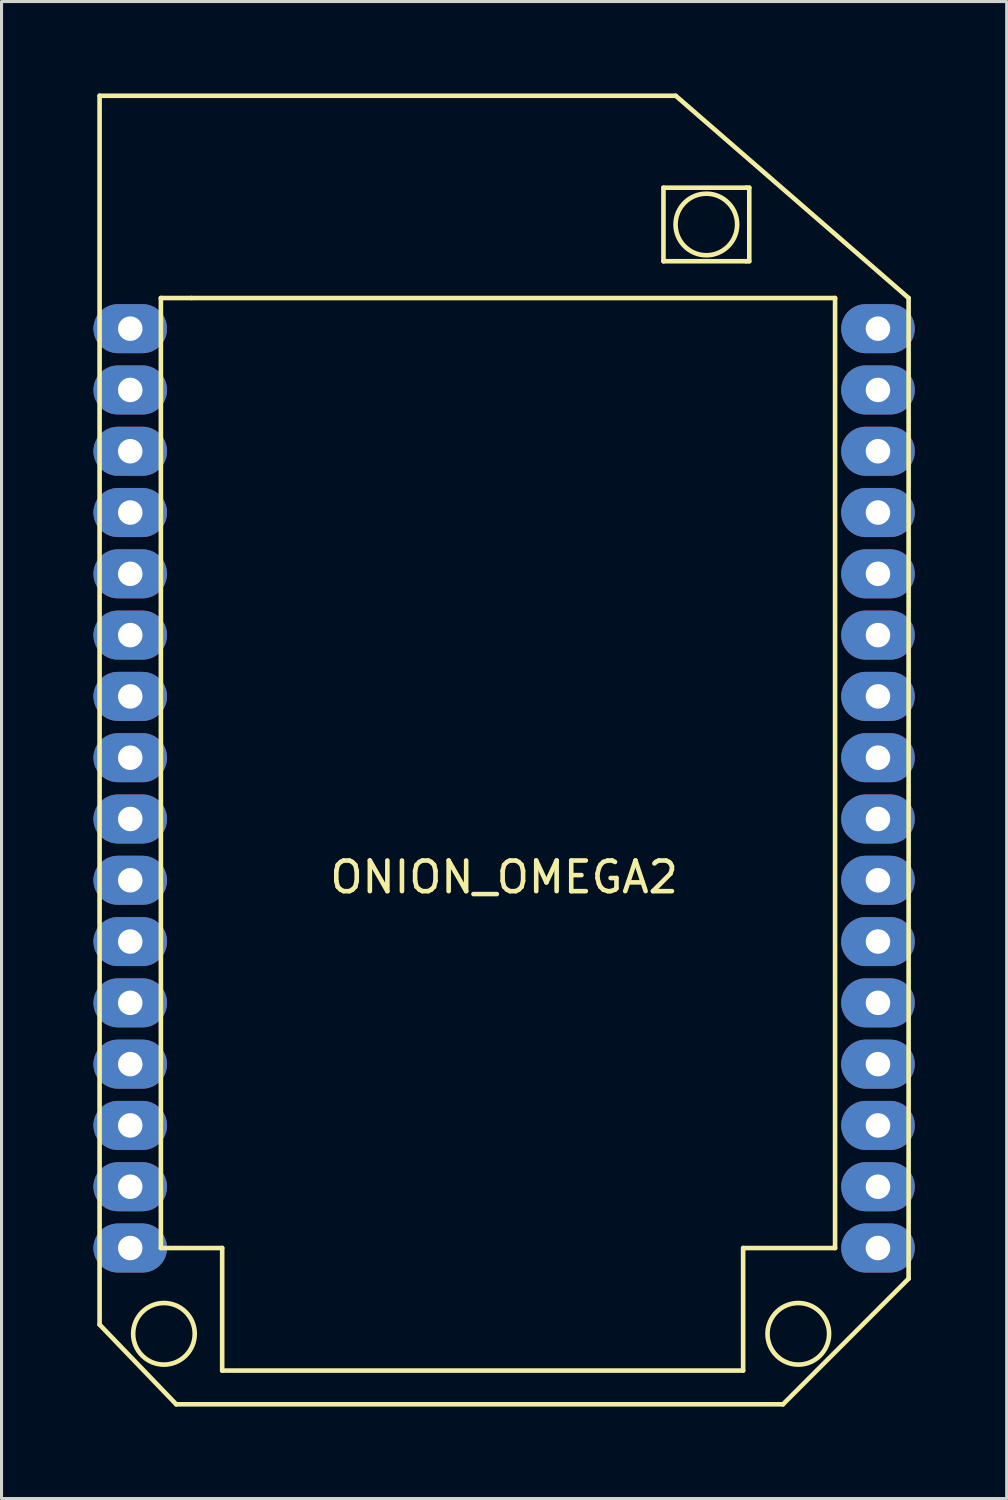
<source format=kicad_pcb>
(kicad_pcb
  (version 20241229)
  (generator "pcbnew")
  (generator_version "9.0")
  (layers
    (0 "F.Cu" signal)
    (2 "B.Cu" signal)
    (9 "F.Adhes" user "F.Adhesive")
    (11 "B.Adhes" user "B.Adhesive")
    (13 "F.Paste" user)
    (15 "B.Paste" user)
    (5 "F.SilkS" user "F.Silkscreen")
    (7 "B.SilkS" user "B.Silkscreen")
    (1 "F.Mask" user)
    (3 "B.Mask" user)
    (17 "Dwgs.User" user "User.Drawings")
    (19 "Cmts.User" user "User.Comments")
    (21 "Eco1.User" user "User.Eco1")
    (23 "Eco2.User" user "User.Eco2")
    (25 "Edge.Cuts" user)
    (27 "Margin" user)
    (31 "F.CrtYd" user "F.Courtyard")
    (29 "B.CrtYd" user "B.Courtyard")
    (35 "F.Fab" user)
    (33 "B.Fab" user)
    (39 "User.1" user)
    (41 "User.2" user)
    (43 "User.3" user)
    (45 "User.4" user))
  (footprint "ONION_OMEGA2"
    (layer "F.Cu")
    (at 1.2 7.675)
    (property "Reference" "ONION_OMEGA2" (at 12.2 17.9 0) (layer "F.SilkS") (effects (font (size 1 1) (thickness 0.15))))
    (attr through_hole)
    (fp_line (start -1 -7.6) (end -1 32.5) (stroke (width 0.15) (type solid)) (layer "F.SilkS"))
    (fp_line (start -1 -7.6) (end 17.8 -7.6) (stroke (width 0.15) (type solid)) (layer "F.SilkS"))
    (fp_line (start -1 32.5) (end 1.5 35.1) (stroke (width 0.15) (type solid)) (layer "F.SilkS"))
    (fp_line (start 1 -1) (end 2 -1) (stroke (width 0.15) (type solid)) (layer "F.SilkS"))
    (fp_line (start 1 30) (end 1 -1) (stroke (width 0.15) (type solid)) (layer "F.SilkS"))
    (fp_line (start 1.5 35.1) (end 21.3 35.1) (stroke (width 0.15) (type solid)) (layer "F.SilkS"))
    (fp_line (start 2 -1) (end 23 -1) (stroke (width 0.15) (type solid)) (layer "F.SilkS"))
    (fp_line (start 3 30) (end 1 30) (stroke (width 0.15) (type solid)) (layer "F.SilkS"))
    (fp_line (start 3 34) (end 3 30) (stroke (width 0.15) (type solid)) (layer "F.SilkS"))
    (fp_line (start 17.4 -4.6) (end 20.1 -4.6) (stroke (width 0.15) (type solid)) (layer "F.SilkS"))
    (fp_line (start 17.4 -2.2) (end 17.4 -4.6) (stroke (width 0.15) (type solid)) (layer "F.SilkS"))
    (fp_line (start 17.8 -7.6) (end 25.4 -1) (stroke (width 0.15) (type solid)) (layer "F.SilkS"))
    (fp_line (start 20 30) (end 20 34) (stroke (width 0.15) (type solid)) (layer "F.SilkS"))
    (fp_line (start 20 34) (end 3 34) (stroke (width 0.15) (type solid)) (layer "F.SilkS"))
    (fp_line (start 20.1 -2.2) (end 17.4 -2.2) (stroke (width 0.15) (type solid)) (layer "F.SilkS"))
    (fp_line (start 20.2 -4.6) (end 20.1 -4.6) (stroke (width 0.15) (type solid)) (layer "F.SilkS"))
    (fp_line (start 20.2 -4.6) (end 20.2 -2.2) (stroke (width 0.15) (type solid)) (layer "F.SilkS"))
    (fp_line (start 20.2 -2.2) (end 20.1 -2.2) (stroke (width 0.15) (type solid)) (layer "F.SilkS"))
    (fp_line (start 23 -1) (end 23 30) (stroke (width 0.15) (type solid)) (layer "F.SilkS"))
    (fp_line (start 23 30) (end 20 30) (stroke (width 0.15) (type solid)) (layer "F.SilkS"))
    (fp_line (start 25.4 -1) (end 25.4 31) (stroke (width 0.15) (type solid)) (layer "F.SilkS"))
    (fp_line (start 25.4 31) (end 21.3 35.1) (stroke (width 0.15) (type solid)) (layer "F.SilkS"))
    (fp_circle (center 1.1 32.8) (end 2.1 32.9) (stroke (width 0.15) (type solid)) (fill no) (layer "F.SilkS"))
    (fp_circle (center 18.8 -3.4) (end 19.8 -3.5) (stroke (width 0.15) (type solid)) (fill no) (layer "F.SilkS"))
    (fp_circle (center 21.8 32.8) (end 22.8 32.7) (stroke (width 0.15) (type solid)) (fill no) (layer "F.SilkS"))
    (pad "1" thru_hole oval (at 0 0) (size 2.4 1.6) (drill 0.8) (layers "*.Cu" "*.Mask"))
    (pad "2" thru_hole oval (at 0 2) (size 2.4 1.6) (drill 0.8) (layers "*.Cu" "*.Mask"))
    (pad "3" thru_hole oval (at 0 4) (size 2.4 1.6) (drill 0.8) (layers "*.Cu" "*.Mask"))
    (pad "4" thru_hole oval (at 0 6) (size 2.4 1.6) (drill 0.8) (layers "*.Cu" "*.Mask"))
    (pad "5" thru_hole oval (at 0 8) (size 2.4 1.6) (drill 0.8) (layers "*.Cu" "*.Mask"))
    (pad "6" thru_hole oval (at 0 10) (size 2.4 1.6) (drill 0.8) (layers "*.Cu" "*.Mask"))
    (pad "7" thru_hole oval (at 0 12) (size 2.4 1.6) (drill 0.8) (layers "*.Cu" "*.Mask"))
    (pad "8" thru_hole oval (at 0 14) (size 2.4 1.6) (drill 0.8) (layers "*.Cu" "*.Mask"))
    (pad "9" thru_hole oval (at 0 16) (size 2.4 1.6) (drill 0.8) (layers "*.Cu" "*.Mask"))
    (pad "10" thru_hole oval (at 0 18) (size 2.4 1.6) (drill 0.8) (layers "*.Cu" "*.Mask"))
    (pad "11" thru_hole oval (at 0 20) (size 2.4 1.6) (drill 0.8) (layers "*.Cu" "*.Mask"))
    (pad "12" thru_hole oval (at 0 22) (size 2.4 1.6) (drill 0.8) (layers "*.Cu" "*.Mask"))
    (pad "13" thru_hole oval (at 0 24) (size 2.4 1.6) (drill 0.8) (layers "*.Cu" "*.Mask"))
    (pad "14" thru_hole oval (at 0 26) (size 2.4 1.6) (drill 0.8) (layers "*.Cu" "*.Mask"))
    (pad "15" thru_hole oval (at 0 28) (size 2.4 1.6) (drill 0.8) (layers "*.Cu" "*.Mask"))
    (pad "16" thru_hole oval (at 0 30) (size 2.4 1.6) (drill 0.8) (layers "*.Cu" "*.Mask"))
    (pad "17" thru_hole oval (at 24.4 30) (size 2.4 1.6) (drill 0.8) (layers "*.Cu" "*.Mask"))
    (pad "18" thru_hole oval (at 24.4 28) (size 2.4 1.6) (drill 0.8) (layers "*.Cu" "*.Mask"))
    (pad "19" thru_hole oval (at 24.4 26) (size 2.4 1.6) (drill 0.8) (layers "*.Cu" "*.Mask"))
    (pad "20" thru_hole oval (at 24.4 24) (size 2.4 1.6) (drill 0.8) (layers "*.Cu" "*.Mask"))
    (pad "21" thru_hole oval (at 24.4 22) (size 2.4 1.6) (drill 0.8) (layers "*.Cu" "*.Mask"))
    (pad "22" thru_hole oval (at 24.4 20) (size 2.4 1.6) (drill 0.8) (layers "*.Cu" "*.Mask"))
    (pad "23" thru_hole oval (at 24.4 18) (size 2.4 1.6) (drill 0.8) (layers "*.Cu" "*.Mask"))
    (pad "24" thru_hole oval (at 24.4 16) (size 2.4 1.6) (drill 0.8) (layers "*.Cu" "*.Mask"))
    (pad "25" thru_hole oval (at 24.4 14) (size 2.4 1.6) (drill 0.8) (layers "*.Cu" "*.Mask"))
    (pad "26" thru_hole oval (at 24.4 12) (size 2.4 1.6) (drill 0.8) (layers "*.Cu" "*.Mask"))
    (pad "27" thru_hole oval (at 24.4 10) (size 2.4 1.6) (drill 0.8) (layers "*.Cu" "*.Mask"))
    (pad "28" thru_hole oval (at 24.4 8) (size 2.4 1.6) (drill 0.8) (layers "*.Cu" "*.Mask"))
    (pad "29" thru_hole oval (at 24.4 6) (size 2.4 1.6) (drill 0.8) (layers "*.Cu" "*.Mask"))
    (pad "30" thru_hole oval (at 24.4 4) (size 2.4 1.6) (drill 0.8) (layers "*.Cu" "*.Mask"))
    (pad "31" thru_hole oval (at 24.4 2) (size 2.4 1.6) (drill 0.8) (layers "*.Cu" "*.Mask"))
    (pad "32" thru_hole oval (at 24.4 0) (size 2.4 1.6) (drill 0.8) (layers "*.Cu" "*.Mask")))
  (gr_rect
    (start -3 -3)
    (end 29.8 45.85)
    (stroke (width 0.1) (type default))
    (fill no)
    (layer "Edge.Cuts")))
</source>
